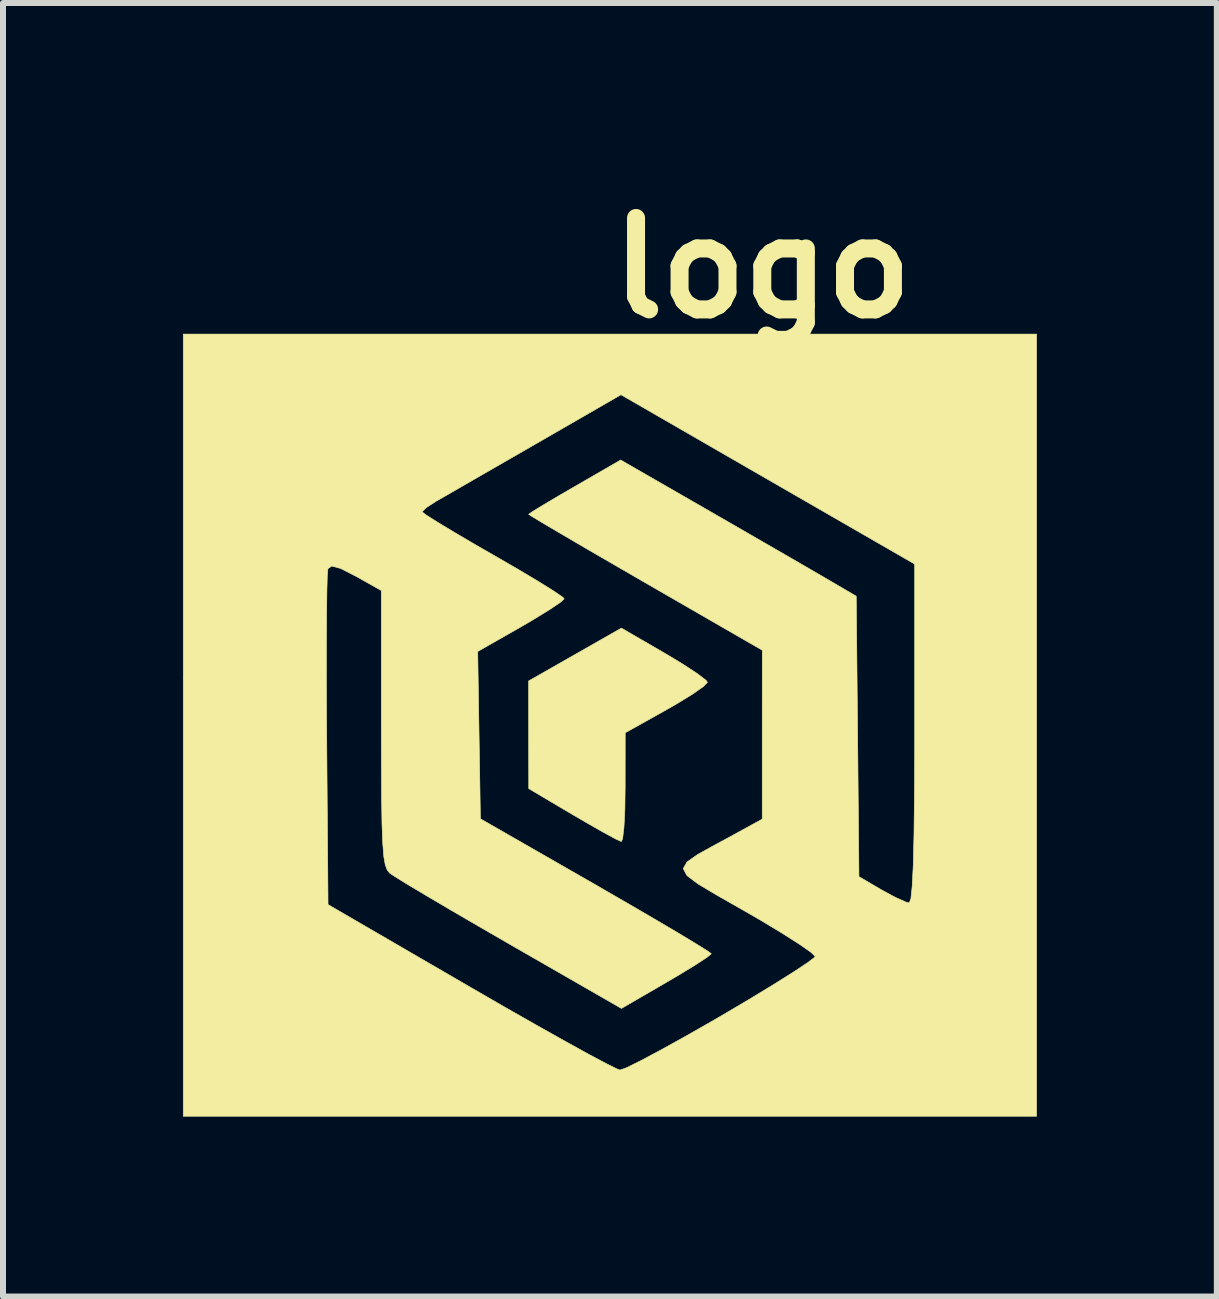
<source format=kicad_pcb>
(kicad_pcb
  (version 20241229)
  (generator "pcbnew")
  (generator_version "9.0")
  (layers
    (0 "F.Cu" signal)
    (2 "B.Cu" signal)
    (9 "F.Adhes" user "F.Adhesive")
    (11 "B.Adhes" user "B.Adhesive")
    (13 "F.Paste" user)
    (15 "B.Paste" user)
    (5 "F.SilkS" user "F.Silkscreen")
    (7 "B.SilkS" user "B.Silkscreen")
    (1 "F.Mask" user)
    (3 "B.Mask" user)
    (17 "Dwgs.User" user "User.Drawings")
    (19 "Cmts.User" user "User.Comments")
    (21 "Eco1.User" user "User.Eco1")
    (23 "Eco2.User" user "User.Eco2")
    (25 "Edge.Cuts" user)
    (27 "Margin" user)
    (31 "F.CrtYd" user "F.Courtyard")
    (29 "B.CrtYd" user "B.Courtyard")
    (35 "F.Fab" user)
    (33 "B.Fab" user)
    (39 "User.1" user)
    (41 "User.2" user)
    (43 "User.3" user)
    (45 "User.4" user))
  (footprint "logo"
    (layer "F.Cu")
    (at 7.117 9.038)
    (property "Reference" "logo" (at 2.54 -7.62 0) (layer "F.SilkS") (effects (font (size 1.524 1.524) (thickness 0.3))))
    (attr through_hole)
    (fp_poly (pts (xy 0.907 -1.203) (xy 1.213 -1.019) (xy 1.454 -0.861) (xy 1.599 -0.75) (xy 1.626 -0.715) (xy 1.558 -0.644) (xy 1.374 -0.515) (xy 1.106 -0.351) (xy 0.942 -0.257) (xy 0.255 0.127) (xy 0.254 1.037) (xy 0.249 1.406) (xy 0.234 1.702) (xy 0.212 1.89) (xy 0.191 1.94) (xy 0.095 1.897) (xy -0.111 1.785) (xy -0.395 1.623) (xy -0.613 1.496) (xy -1.353 1.058) (xy -1.354 0.16) (xy -1.355 -0.737) (xy 0.191 -1.618) (xy 0.907 -1.203)) (stroke (width 0.01) (type solid)) (fill yes) (layer "F.SilkS"))
    (fp_poly (pts (xy 7.112 6.519) (xy -7.112 6.519) (xy -7.112 -0.789) (xy -4.727 -0.789) (xy -4.724 -0.148) (xy -4.721 0.248) (xy -4.699 2.991) (xy -2.328 4.368) (xy -1.75 4.702) (xy -1.214 5.007) (xy -0.74 5.273) (xy -0.347 5.49) (xy -0.051 5.647) (xy 0.127 5.735) (xy 0.169 5.749) (xy 0.278 5.71) (xy 0.508 5.596) (xy 0.837 5.421) (xy 1.242 5.197) (xy 1.698 4.937) (xy 1.855 4.846) (xy 2.317 4.573) (xy 2.724 4.326) (xy 3.057 4.117) (xy 3.294 3.96) (xy 3.412 3.87) (xy 3.422 3.856) (xy 3.354 3.788) (xy 3.164 3.655) (xy 2.874 3.47) (xy 2.511 3.251) (xy 2.253 3.102) (xy 1.793 2.84) (xy 1.472 2.649) (xy 1.283 2.506) (xy 1.222 2.39) (xy 1.285 2.28) (xy 1.465 2.154) (xy 1.758 1.992) (xy 1.968 1.879) (xy 2.539 1.566) (xy 2.539 0.158) (xy 2.54 -1.249) (xy 0.593 -2.372) (xy 0.075 -2.672) (xy -0.391 -2.942) (xy -0.785 -3.173) (xy -1.091 -3.353) (xy -1.287 -3.471) (xy -1.355 -3.515) (xy -1.286 -3.563) (xy -1.101 -3.676) (xy -0.83 -3.837) (xy -0.588 -3.977) (xy 0.179 -4.42) (xy 1.592 -3.607) (xy 2.078 -3.327) (xy 2.556 -3.051) (xy 2.989 -2.801) (xy 3.341 -2.597) (xy 3.556 -2.472) (xy 4.106 -2.15) (xy 4.129 0.188) (xy 4.151 2.525) (xy 4.525 2.744) (xy 4.756 2.87) (xy 4.934 2.949) (xy 4.989 2.963) (xy 5.017 2.894) (xy 5.039 2.683) (xy 5.057 2.325) (xy 5.069 1.815) (xy 5.077 1.147) (xy 5.08 0.316) (xy 5.08 0.139) (xy 5.08 -2.685) (xy 2.632 -4.096) (xy 0.184 -5.508) (xy -1.241 -4.686) (xy -1.7 -4.422) (xy -2.122 -4.179) (xy -2.481 -3.972) (xy -2.748 -3.818) (xy -2.897 -3.733) (xy -2.899 -3.731) (xy -3.06 -3.627) (xy -3.131 -3.558) (xy -3.132 -3.556) (xy -3.062 -3.502) (xy -2.869 -3.38) (xy -2.578 -3.205) (xy -2.214 -2.991) (xy -1.947 -2.838) (xy -1.547 -2.607) (xy -1.205 -2.403) (xy -0.945 -2.241) (xy -0.792 -2.137) (xy -0.762 -2.107) (xy -0.831 -2.044) (xy -1.016 -1.92) (xy -1.286 -1.754) (xy -1.483 -1.639) (xy -2.204 -1.228) (xy -2.159 1.561) (xy -0.235 2.664) (xy 0.279 2.961) (xy 0.742 3.231) (xy 1.134 3.462) (xy 1.435 3.644) (xy 1.627 3.764) (xy 1.69 3.81) (xy 1.622 3.867) (xy 1.437 3.989) (xy 1.167 4.154) (xy 0.941 4.287) (xy 0.192 4.722) (xy -1.67 3.652) (xy -2.185 3.354) (xy -2.656 3.08) (xy -3.063 2.84) (xy -3.383 2.649) (xy -3.594 2.518) (xy -3.67 2.466) (xy -3.712 2.415) (xy -3.745 2.328) (xy -3.77 2.184) (xy -3.787 1.966) (xy -3.799 1.652) (xy -3.806 1.225) (xy -3.809 0.665) (xy -3.81 0.053) (xy -3.81 -2.244) (xy -4.234 -2.482) (xy -4.491 -2.613) (xy -4.638 -2.652) (xy -4.701 -2.608) (xy -4.711 -2.499) (xy -4.718 -2.241) (xy -4.723 -1.857) (xy -4.726 -1.366) (xy -4.727 -0.789) (xy -7.112 -0.789) (xy -7.112 -6.519) (xy 7.112 -6.519) (xy 7.112 6.519)) (stroke (width 0.01) (type solid)) (fill yes) (layer "F.SilkS")))
  (gr_rect
    (start -3 -3)
    (end 17.234 18.562)
    (stroke (width 0.1) (type default))
    (fill no)
    (layer "Edge.Cuts")))
</source>
